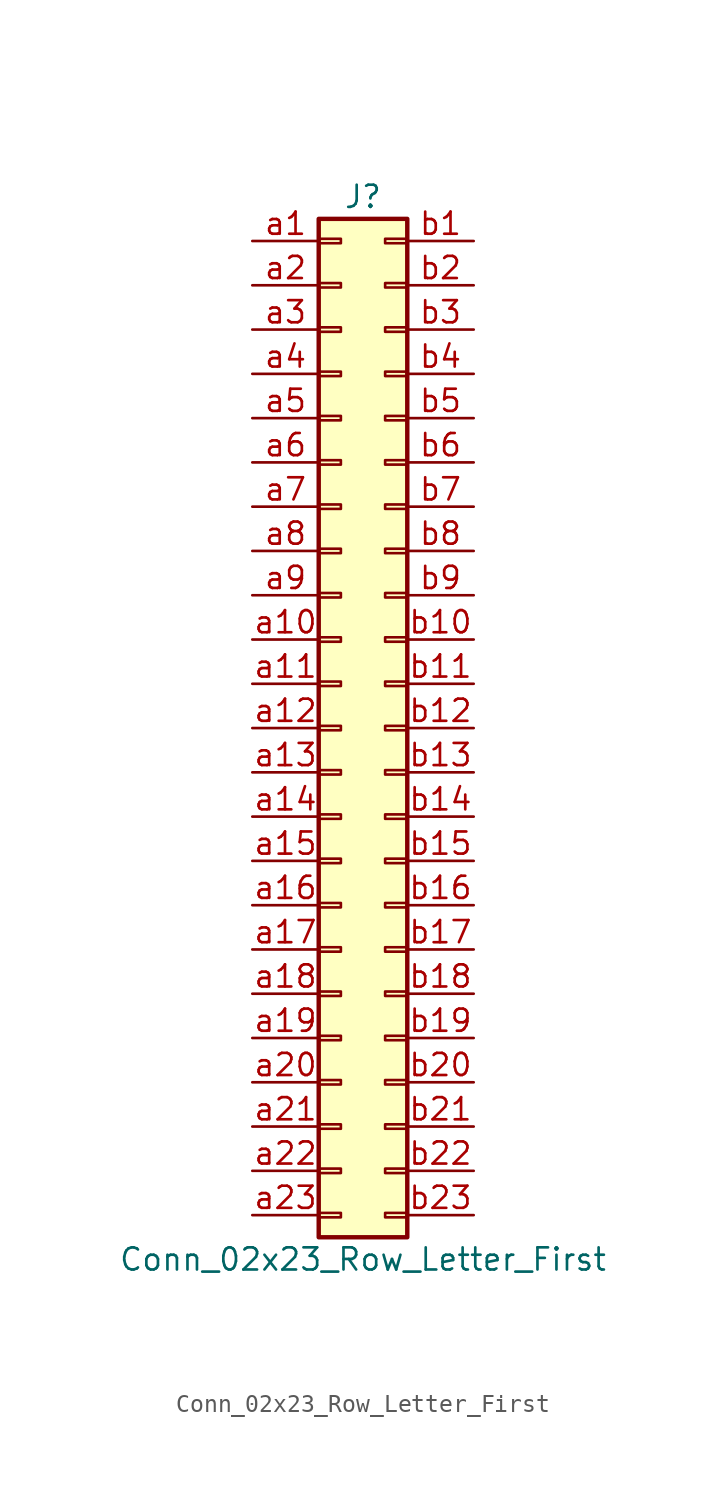
<source format=kicad_sym>
(kicad_symbol_lib
  (version 20211014)
  (generator kicad_symbol_editor)
  (symbol "Conn_02x23_Row_Letter_First"
    (pin_names
      (offset 1.016) hide)
    (property "Reference" "J"
      (at 1.27 30.48 0)
      (effects (font (size 1.27 1.27))))
    (property "Value" "Conn_02x23_Row_Letter_First"
      (at 1.27 -30.48 0)
      (effects (font (size 1.27 1.27))))
    (symbol "Conn_02x23_Row_Letter_First_1_1"
      (rectangle (start -1.27 -27.813) (end 0 -28.067) (stroke (width 0.152) (type default) (color 0 0 0 0)) (fill (type none)))
      (rectangle (start -1.27 -25.273) (end 0 -25.527) (stroke (width 0.152) (type default) (color 0 0 0 0)) (fill (type none)))
      (rectangle (start -1.27 -22.733) (end 0 -22.987) (stroke (width 0.152) (type default) (color 0 0 0 0)) (fill (type none)))
      (rectangle (start -1.27 -20.193) (end 0 -20.447) (stroke (width 0.152) (type default) (color 0 0 0 0)) (fill (type none)))
      (rectangle (start -1.27 -17.653) (end 0 -17.907) (stroke (width 0.152) (type default) (color 0 0 0 0)) (fill (type none)))
      (rectangle (start -1.27 -15.113) (end 0 -15.367) (stroke (width 0.152) (type default) (color 0 0 0 0)) (fill (type none)))
      (rectangle (start -1.27 -12.573) (end 0 -12.827) (stroke (width 0.152) (type default) (color 0 0 0 0)) (fill (type none)))
      (rectangle (start -1.27 -10.033) (end 0 -10.287) (stroke (width 0.152) (type default) (color 0 0 0 0)) (fill (type none)))
      (rectangle (start -1.27 -7.493) (end 0 -7.747) (stroke (width 0.152) (type default) (color 0 0 0 0)) (fill (type none)))
      (rectangle (start -1.27 -4.953) (end 0 -5.207) (stroke (width 0.152) (type default) (color 0 0 0 0)) (fill (type none)))
      (rectangle (start -1.27 -2.413) (end 0 -2.667) (stroke (width 0.152) (type default) (color 0 0 0 0)) (fill (type none)))
      (rectangle (start -1.27 0.127) (end 0 -0.127) (stroke (width 0.152) (type default) (color 0 0 0 0)) (fill (type none)))
      (rectangle (start -1.27 2.667) (end 0 2.413) (stroke (width 0.152) (type default) (color 0 0 0 0)) (fill (type none)))
      (rectangle (start -1.27 5.207) (end 0 4.953) (stroke (width 0.152) (type default) (color 0 0 0 0)) (fill (type none)))
      (rectangle (start -1.27 7.747) (end 0 7.493) (stroke (width 0.152) (type default) (color 0 0 0 0)) (fill (type none)))
      (rectangle (start -1.27 10.287) (end 0 10.033) (stroke (width 0.152) (type default) (color 0 0 0 0)) (fill (type none)))
      (rectangle (start -1.27 12.827) (end 0 12.573) (stroke (width 0.152) (type default) (color 0 0 0 0)) (fill (type none)))
      (rectangle (start -1.27 15.367) (end 0 15.113) (stroke (width 0.152) (type default) (color 0 0 0 0)) (fill (type none)))
      (rectangle (start -1.27 17.907) (end 0 17.653) (stroke (width 0.152) (type default) (color 0 0 0 0)) (fill (type none)))
      (rectangle (start -1.27 20.447) (end 0 20.193) (stroke (width 0.152) (type default) (color 0 0 0 0)) (fill (type none)))
      (rectangle (start -1.27 22.987) (end 0 22.733) (stroke (width 0.152) (type default) (color 0 0 0 0)) (fill (type none)))
      (rectangle (start -1.27 25.527) (end 0 25.273) (stroke (width 0.152) (type default) (color 0 0 0 0)) (fill (type none)))
      (rectangle (start -1.27 28.067) (end 0 27.813) (stroke (width 0.152) (type default) (color 0 0 0 0)) (fill (type none)))
      (rectangle (start -1.27 29.21) (end 3.81 -29.21) (stroke (width 0.254) (type default) (color 0 0 0 0)) (fill (type background)))
      (rectangle (start 3.81 -27.813) (end 2.54 -28.067) (stroke (width 0.152) (type default) (color 0 0 0 0)) (fill (type none)))
      (rectangle (start 3.81 -25.273) (end 2.54 -25.527) (stroke (width 0.152) (type default) (color 0 0 0 0)) (fill (type none)))
      (rectangle (start 3.81 -22.733) (end 2.54 -22.987) (stroke (width 0.152) (type default) (color 0 0 0 0)) (fill (type none)))
      (rectangle (start 3.81 -20.193) (end 2.54 -20.447) (stroke (width 0.152) (type default) (color 0 0 0 0)) (fill (type none)))
      (rectangle (start 3.81 -17.653) (end 2.54 -17.907) (stroke (width 0.152) (type default) (color 0 0 0 0)) (fill (type none)))
      (rectangle (start 3.81 -15.113) (end 2.54 -15.367) (stroke (width 0.152) (type default) (color 0 0 0 0)) (fill (type none)))
      (rectangle (start 3.81 -12.573) (end 2.54 -12.827) (stroke (width 0.152) (type default) (color 0 0 0 0)) (fill (type none)))
      (rectangle (start 3.81 -10.033) (end 2.54 -10.287) (stroke (width 0.152) (type default) (color 0 0 0 0)) (fill (type none)))
      (rectangle (start 3.81 -7.493) (end 2.54 -7.747) (stroke (width 0.152) (type default) (color 0 0 0 0)) (fill (type none)))
      (rectangle (start 3.81 -4.953) (end 2.54 -5.207) (stroke (width 0.152) (type default) (color 0 0 0 0)) (fill (type none)))
      (rectangle (start 3.81 -2.413) (end 2.54 -2.667) (stroke (width 0.152) (type default) (color 0 0 0 0)) (fill (type none)))
      (rectangle (start 3.81 0.127) (end 2.54 -0.127) (stroke (width 0.152) (type default) (color 0 0 0 0)) (fill (type none)))
      (rectangle (start 3.81 2.667) (end 2.54 2.413) (stroke (width 0.152) (type default) (color 0 0 0 0)) (fill (type none)))
      (rectangle (start 3.81 5.207) (end 2.54 4.953) (stroke (width 0.152) (type default) (color 0 0 0 0)) (fill (type none)))
      (rectangle (start 3.81 7.747) (end 2.54 7.493) (stroke (width 0.152) (type default) (color 0 0 0 0)) (fill (type none)))
      (rectangle (start 3.81 10.287) (end 2.54 10.033) (stroke (width 0.152) (type default) (color 0 0 0 0)) (fill (type none)))
      (rectangle (start 3.81 12.827) (end 2.54 12.573) (stroke (width 0.152) (type default) (color 0 0 0 0)) (fill (type none)))
      (rectangle (start 3.81 15.367) (end 2.54 15.113) (stroke (width 0.152) (type default) (color 0 0 0 0)) (fill (type none)))
      (rectangle (start 3.81 17.907) (end 2.54 17.653) (stroke (width 0.152) (type default) (color 0 0 0 0)) (fill (type none)))
      (rectangle (start 3.81 20.447) (end 2.54 20.193) (stroke (width 0.152) (type default) (color 0 0 0 0)) (fill (type none)))
      (rectangle (start 3.81 22.987) (end 2.54 22.733) (stroke (width 0.152) (type default) (color 0 0 0 0)) (fill (type none)))
      (rectangle (start 3.81 25.527) (end 2.54 25.273) (stroke (width 0.152) (type default) (color 0 0 0 0)) (fill (type none)))
      (rectangle (start 3.81 28.067) (end 2.54 27.813) (stroke (width 0.152) (type default) (color 0 0 0 0)) (fill (type none)))
      (pin passive line (at -5.08 27.94 0) (length 3.81) (name "Pin_a1" (effects (font (size 1.27 1.27)))) (number "a1" (effects (font (size 1.27 1.27)))))
      (pin passive line (at -5.08 5.08 0) (length 3.81) (name "Pin_a10" (effects (font (size 1.27 1.27)))) (number "a10" (effects (font (size 1.27 1.27)))))
      (pin passive line (at -5.08 2.54 0) (length 3.81) (name "Pin_a11" (effects (font (size 1.27 1.27)))) (number "a11" (effects (font (size 1.27 1.27)))))
      (pin passive line (at -5.08 0 0) (length 3.81) (name "Pin_a12" (effects (font (size 1.27 1.27)))) (number "a12" (effects (font (size 1.27 1.27)))))
      (pin passive line (at -5.08 -2.54 0) (length 3.81) (name "Pin_a13" (effects (font (size 1.27 1.27)))) (number "a13" (effects (font (size 1.27 1.27)))))
      (pin passive line (at -5.08 -5.08 0) (length 3.81) (name "Pin_a14" (effects (font (size 1.27 1.27)))) (number "a14" (effects (font (size 1.27 1.27)))))
      (pin passive line (at -5.08 -7.62 0) (length 3.81) (name "Pin_a15" (effects (font (size 1.27 1.27)))) (number "a15" (effects (font (size 1.27 1.27)))))
      (pin passive line (at -5.08 -10.16 0) (length 3.81) (name "Pin_a16" (effects (font (size 1.27 1.27)))) (number "a16" (effects (font (size 1.27 1.27)))))
      (pin passive line (at -5.08 -12.7 0) (length 3.81) (name "Pin_a17" (effects (font (size 1.27 1.27)))) (number "a17" (effects (font (size 1.27 1.27)))))
      (pin passive line (at -5.08 -15.24 0) (length 3.81) (name "Pin_a18" (effects (font (size 1.27 1.27)))) (number "a18" (effects (font (size 1.27 1.27)))))
      (pin passive line (at -5.08 -17.78 0) (length 3.81) (name "Pin_a19" (effects (font (size 1.27 1.27)))) (number "a19" (effects (font (size 1.27 1.27)))))
      (pin passive line (at -5.08 25.4 0) (length 3.81) (name "Pin_a2" (effects (font (size 1.27 1.27)))) (number "a2" (effects (font (size 1.27 1.27)))))
      (pin passive line (at -5.08 -20.32 0) (length 3.81) (name "Pin_a20" (effects (font (size 1.27 1.27)))) (number "a20" (effects (font (size 1.27 1.27)))))
      (pin passive line (at -5.08 -22.86 0) (length 3.81) (name "Pin_a21" (effects (font (size 1.27 1.27)))) (number "a21" (effects (font (size 1.27 1.27)))))
      (pin passive line (at -5.08 -25.4 0) (length 3.81) (name "Pin_a22" (effects (font (size 1.27 1.27)))) (number "a22" (effects (font (size 1.27 1.27)))))
      (pin passive line (at -5.08 -27.94 0) (length 3.81) (name "Pin_a23" (effects (font (size 1.27 1.27)))) (number "a23" (effects (font (size 1.27 1.27)))))
      (pin passive line (at -5.08 22.86 0) (length 3.81) (name "Pin_a3" (effects (font (size 1.27 1.27)))) (number "a3" (effects (font (size 1.27 1.27)))))
      (pin passive line (at -5.08 20.32 0) (length 3.81) (name "Pin_a4" (effects (font (size 1.27 1.27)))) (number "a4" (effects (font (size 1.27 1.27)))))
      (pin passive line (at -5.08 17.78 0) (length 3.81) (name "Pin_a5" (effects (font (size 1.27 1.27)))) (number "a5" (effects (font (size 1.27 1.27)))))
      (pin passive line (at -5.08 15.24 0) (length 3.81) (name "Pin_a6" (effects (font (size 1.27 1.27)))) (number "a6" (effects (font (size 1.27 1.27)))))
      (pin passive line (at -5.08 12.7 0) (length 3.81) (name "Pin_a7" (effects (font (size 1.27 1.27)))) (number "a7" (effects (font (size 1.27 1.27)))))
      (pin passive line (at -5.08 10.16 0) (length 3.81) (name "Pin_a8" (effects (font (size 1.27 1.27)))) (number "a8" (effects (font (size 1.27 1.27)))))
      (pin passive line (at -5.08 7.62 0) (length 3.81) (name "Pin_a9" (effects (font (size 1.27 1.27)))) (number "a9" (effects (font (size 1.27 1.27)))))
      (pin passive line (at 7.62 27.94 180) (length 3.81) (name "Pin_b1" (effects (font (size 1.27 1.27)))) (number "b1" (effects (font (size 1.27 1.27)))))
      (pin passive line (at 7.62 5.08 180) (length 3.81) (name "Pin_b10" (effects (font (size 1.27 1.27)))) (number "b10" (effects (font (size 1.27 1.27)))))
      (pin passive line (at 7.62 2.54 180) (length 3.81) (name "Pin_b11" (effects (font (size 1.27 1.27)))) (number "b11" (effects (font (size 1.27 1.27)))))
      (pin passive line (at 7.62 0 180) (length 3.81) (name "Pin_b12" (effects (font (size 1.27 1.27)))) (number "b12" (effects (font (size 1.27 1.27)))))
      (pin passive line (at 7.62 -2.54 180) (length 3.81) (name "Pin_b13" (effects (font (size 1.27 1.27)))) (number "b13" (effects (font (size 1.27 1.27)))))
      (pin passive line (at 7.62 -5.08 180) (length 3.81) (name "Pin_b14" (effects (font (size 1.27 1.27)))) (number "b14" (effects (font (size 1.27 1.27)))))
      (pin passive line (at 7.62 -7.62 180) (length 3.81) (name "Pin_b15" (effects (font (size 1.27 1.27)))) (number "b15" (effects (font (size 1.27 1.27)))))
      (pin passive line (at 7.62 -10.16 180) (length 3.81) (name "Pin_b16" (effects (font (size 1.27 1.27)))) (number "b16" (effects (font (size 1.27 1.27)))))
      (pin passive line (at 7.62 -12.7 180) (length 3.81) (name "Pin_b17" (effects (font (size 1.27 1.27)))) (number "b17" (effects (font (size 1.27 1.27)))))
      (pin passive line (at 7.62 -15.24 180) (length 3.81) (name "Pin_b18" (effects (font (size 1.27 1.27)))) (number "b18" (effects (font (size 1.27 1.27)))))
      (pin passive line (at 7.62 -17.78 180) (length 3.81) (name "Pin_b19" (effects (font (size 1.27 1.27)))) (number "b19" (effects (font (size 1.27 1.27)))))
      (pin passive line (at 7.62 25.4 180) (length 3.81) (name "Pin_b2" (effects (font (size 1.27 1.27)))) (number "b2" (effects (font (size 1.27 1.27)))))
      (pin passive line (at 7.62 -20.32 180) (length 3.81) (name "Pin_b20" (effects (font (size 1.27 1.27)))) (number "b20" (effects (font (size 1.27 1.27)))))
      (pin passive line (at 7.62 -22.86 180) (length 3.81) (name "Pin_b21" (effects (font (size 1.27 1.27)))) (number "b21" (effects (font (size 1.27 1.27)))))
      (pin passive line (at 7.62 -25.4 180) (length 3.81) (name "Pin_b22" (effects (font (size 1.27 1.27)))) (number "b22" (effects (font (size 1.27 1.27)))))
      (pin passive line (at 7.62 -27.94 180) (length 3.81) (name "Pin_b23" (effects (font (size 1.27 1.27)))) (number "b23" (effects (font (size 1.27 1.27)))))
      (pin passive line (at 7.62 22.86 180) (length 3.81) (name "Pin_b3" (effects (font (size 1.27 1.27)))) (number "b3" (effects (font (size 1.27 1.27)))))
      (pin passive line (at 7.62 20.32 180) (length 3.81) (name "Pin_b4" (effects (font (size 1.27 1.27)))) (number "b4" (effects (font (size 1.27 1.27)))))
      (pin passive line (at 7.62 17.78 180) (length 3.81) (name "Pin_b5" (effects (font (size 1.27 1.27)))) (number "b5" (effects (font (size 1.27 1.27)))))
      (pin passive line (at 7.62 15.24 180) (length 3.81) (name "Pin_b6" (effects (font (size 1.27 1.27)))) (number "b6" (effects (font (size 1.27 1.27)))))
      (pin passive line (at 7.62 12.7 180) (length 3.81) (name "Pin_b7" (effects (font (size 1.27 1.27)))) (number "b7" (effects (font (size 1.27 1.27)))))
      (pin passive line (at 7.62 10.16 180) (length 3.81) (name "Pin_b8" (effects (font (size 1.27 1.27)))) (number "b8" (effects (font (size 1.27 1.27)))))
      (pin passive line (at 7.62 7.62 180) (length 3.81) (name "Pin_b9" (effects (font (size 1.27 1.27)))) (number "b9" (effects (font (size 1.27 1.27))))))))
</source>
